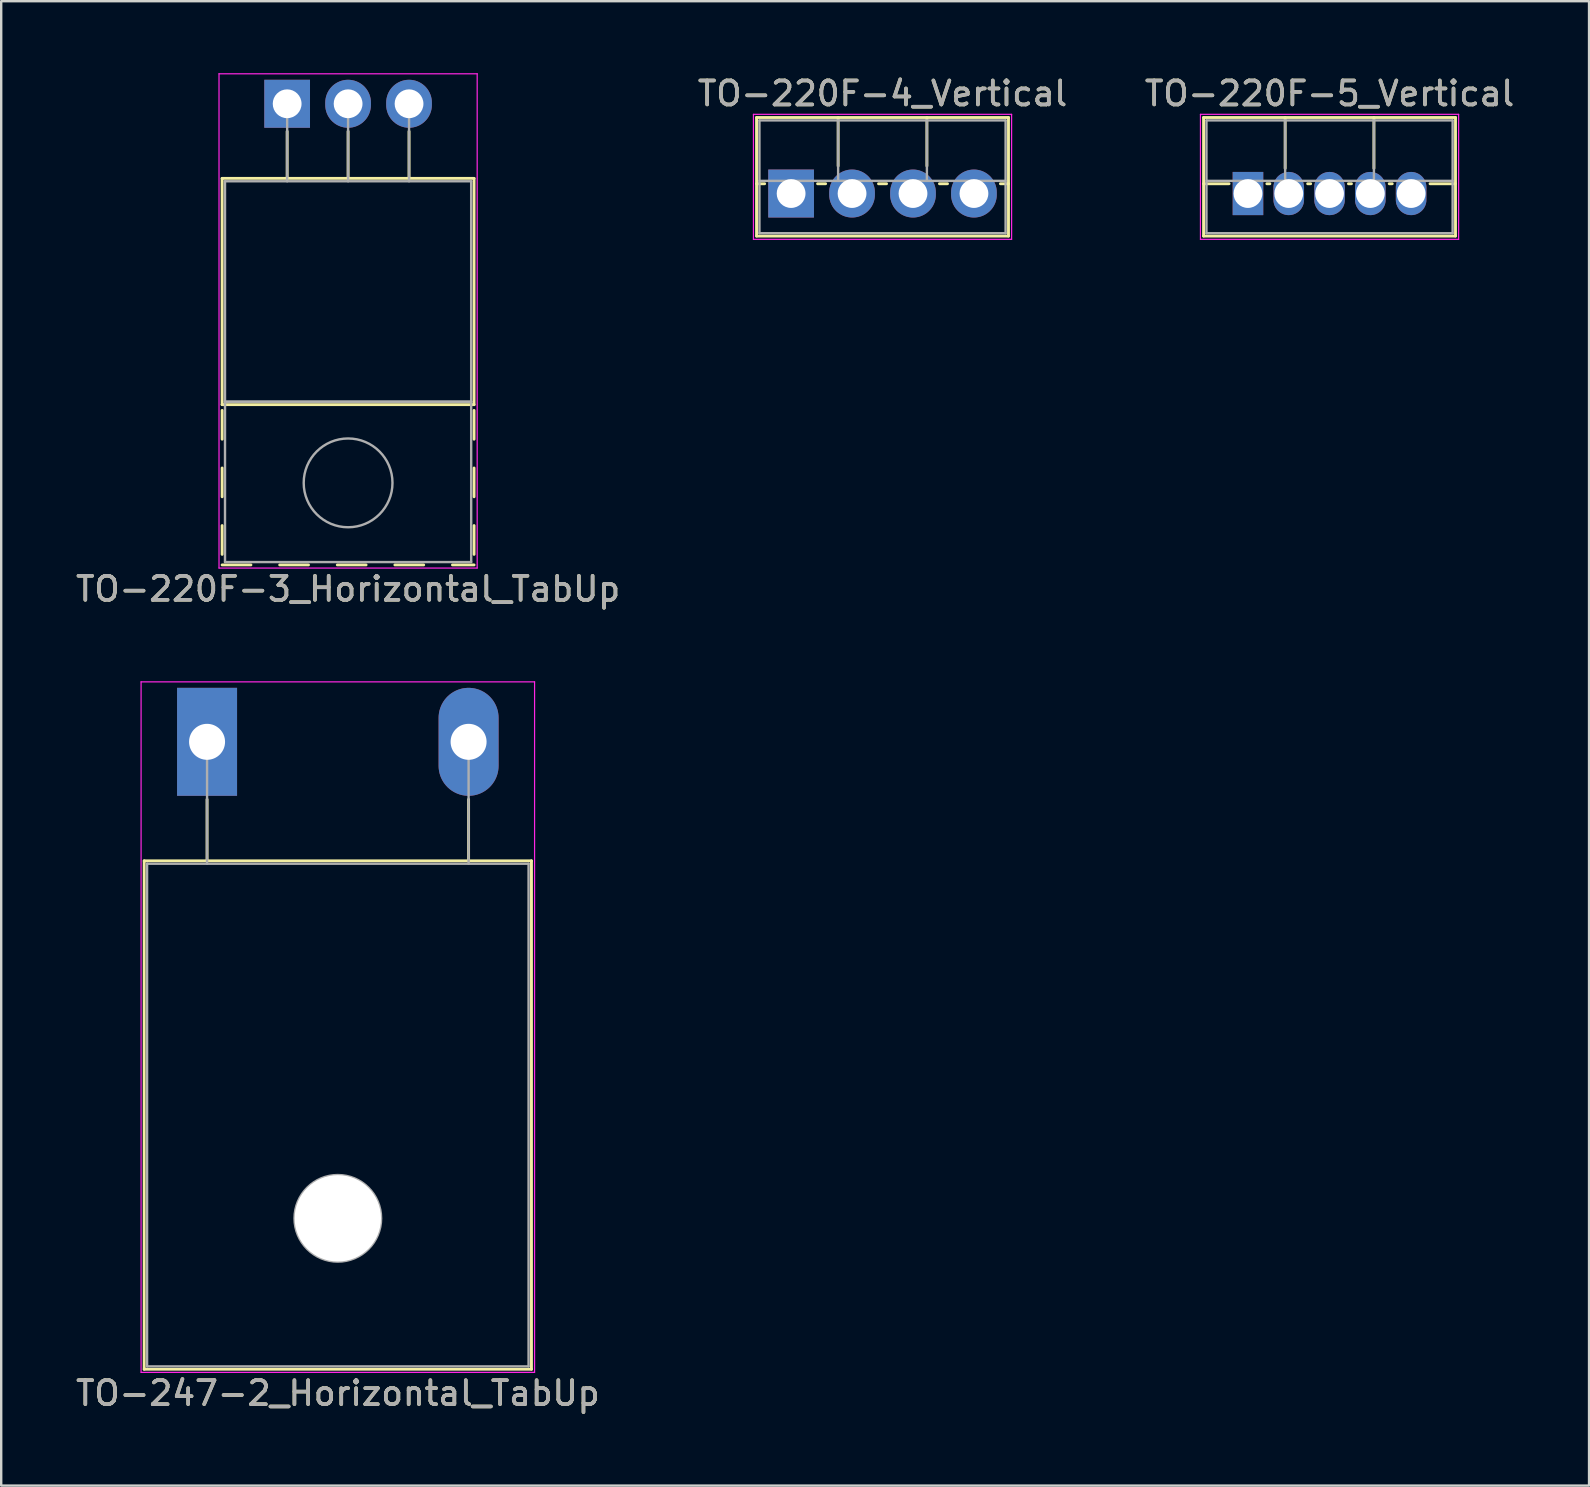
<source format=kicad_pcb>
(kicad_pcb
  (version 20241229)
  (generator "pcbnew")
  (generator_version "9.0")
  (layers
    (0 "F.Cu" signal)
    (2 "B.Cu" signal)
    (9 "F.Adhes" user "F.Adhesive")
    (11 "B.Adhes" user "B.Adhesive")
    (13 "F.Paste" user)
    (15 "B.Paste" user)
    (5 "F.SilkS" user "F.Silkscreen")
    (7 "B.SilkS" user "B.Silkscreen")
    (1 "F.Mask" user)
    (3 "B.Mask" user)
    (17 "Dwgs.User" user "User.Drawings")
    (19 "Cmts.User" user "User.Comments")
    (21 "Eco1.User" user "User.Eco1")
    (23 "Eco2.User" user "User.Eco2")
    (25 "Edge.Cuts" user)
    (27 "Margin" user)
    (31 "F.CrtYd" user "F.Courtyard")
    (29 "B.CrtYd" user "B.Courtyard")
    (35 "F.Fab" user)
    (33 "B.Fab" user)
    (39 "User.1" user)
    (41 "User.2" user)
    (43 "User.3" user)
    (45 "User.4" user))
  (footprint "TO-247-2_Horizontal_TabUp"
    (layer "F.Cu")
    (at 5.58 27.868)
    (property "Reference" "TO-247-2_Horizontal_TabUp" (at 5.45 27.15 0) (layer "F.SilkS") (effects (font (size 1 1) (thickness 0.15))))
    (attr through_hole)
    (fp_line (start -2.62 4.96) (end -2.62 26.15) (stroke (width 0.12) (type solid)) (layer "F.SilkS"))
    (fp_line (start -2.62 4.96) (end 13.52 4.96) (stroke (width 0.12) (type solid)) (layer "F.SilkS"))
    (fp_line (start -2.62 26.15) (end 13.52 26.15) (stroke (width 0.12) (type solid)) (layer "F.SilkS"))
    (fp_line (start 0 2.4) (end 0 4.96) (stroke (width 0.12) (type solid)) (layer "F.SilkS"))
    (fp_line (start 10.9 2.4) (end 10.9 4.96) (stroke (width 0.12) (type solid)) (layer "F.SilkS"))
    (fp_line (start 13.52 4.96) (end 13.52 26.15) (stroke (width 0.12) (type solid)) (layer "F.SilkS"))
    (fp_line (start -2.75 -2.5) (end -2.75 26.28) (stroke (width 0.05) (type solid)) (layer "F.CrtYd"))
    (fp_line (start -2.75 26.28) (end 13.65 26.28) (stroke (width 0.05) (type solid)) (layer "F.CrtYd"))
    (fp_line (start 13.65 -2.5) (end -2.75 -2.5) (stroke (width 0.05) (type solid)) (layer "F.CrtYd"))
    (fp_line (start 13.65 26.28) (end 13.65 -2.5) (stroke (width 0.05) (type solid)) (layer "F.CrtYd"))
    (fp_line (start -2.5 5.08) (end -2.5 26.03) (stroke (width 0.1) (type solid)) (layer "F.Fab"))
    (fp_line (start -2.5 26.03) (end 13.4 26.03) (stroke (width 0.1) (type solid)) (layer "F.Fab"))
    (fp_line (start 0 5.08) (end 0 0) (stroke (width 0.1) (type solid)) (layer "F.Fab"))
    (fp_line (start 10.9 5.08) (end 10.9 0) (stroke (width 0.1) (type solid)) (layer "F.Fab"))
    (fp_line (start 13.4 5.08) (end -2.5 5.08) (stroke (width 0.1) (type solid)) (layer "F.Fab"))
    (fp_line (start 13.4 26.03) (end 13.4 5.08) (stroke (width 0.1) (type solid)) (layer "F.Fab"))
    (fp_circle (center 5.45 19.86) (end 7.255 19.86) (stroke (width 0.1) (type solid)) (fill no) (layer "F.Fab"))
    (fp_text user "${REFERENCE}" (at 5.45 27.15 0) (layer "F.Fab") (effects (font (size 1 1) (thickness 0.15))))
    (pad "" np_thru_hole oval (at 5.45 19.86) (size 3.6 3.6) (drill 3.6) (layers "*.Cu" "*.Mask"))
    (pad "1" thru_hole rect (at 0 0) (size 2.5 4.5) (drill 1.5) (layers "*.Cu" "*.Mask"))
    (pad "2" thru_hole oval (at 10.9 0) (size 2.5 4.5) (drill 1.5) (layers "*.Cu" "*.Mask")))
  (footprint "TO-220F-5_Vertical"
    (layer "F.Cu")
    (at 48.963 5.016)
    (property "Reference" "TO-220F-5_Vertical" (at 3.4 -4.168 0) (layer "F.SilkS") (effects (font (size 1 1) (thickness 0.15))))
    (attr through_hole)
    (fp_line (start -1.85 -3.168) (end -1.85 1.773) (stroke (width 0.12) (type solid)) (layer "F.SilkS"))
    (fp_line (start -1.85 -3.168) (end 8.65 -3.168) (stroke (width 0.12) (type solid)) (layer "F.SilkS"))
    (fp_line (start -1.85 -0.408) (end -0.788 -0.408) (stroke (width 0.12) (type solid)) (layer "F.SilkS"))
    (fp_line (start -1.85 1.773) (end 8.65 1.773) (stroke (width 0.12) (type solid)) (layer "F.SilkS"))
    (fp_line (start 0.788 -0.408) (end 0.913 -0.408) (stroke (width 0.12) (type solid)) (layer "F.SilkS"))
    (fp_line (start 1.55 -3.168) (end 1.55 -1.05) (stroke (width 0.12) (type solid)) (layer "F.SilkS"))
    (fp_line (start 2.488 -0.408) (end 2.613 -0.408) (stroke (width 0.12) (type solid)) (layer "F.SilkS"))
    (fp_line (start 4.188 -0.408) (end 4.313 -0.408) (stroke (width 0.12) (type solid)) (layer "F.SilkS"))
    (fp_line (start 5.25 -3.168) (end 5.25 -1.05) (stroke (width 0.12) (type solid)) (layer "F.SilkS"))
    (fp_line (start 5.888 -0.408) (end 6.013 -0.408) (stroke (width 0.12) (type solid)) (layer "F.SilkS"))
    (fp_line (start 7.588 -0.408) (end 8.65 -0.408) (stroke (width 0.12) (type solid)) (layer "F.SilkS"))
    (fp_line (start 8.65 -3.168) (end 8.65 1.773) (stroke (width 0.12) (type solid)) (layer "F.SilkS"))
    (fp_line (start -1.98 -3.3) (end -1.98 1.91) (stroke (width 0.05) (type solid)) (layer "F.CrtYd"))
    (fp_line (start -1.98 1.91) (end 8.78 1.91) (stroke (width 0.05) (type solid)) (layer "F.CrtYd"))
    (fp_line (start 8.78 -3.3) (end -1.98 -3.3) (stroke (width 0.05) (type solid)) (layer "F.CrtYd"))
    (fp_line (start 8.78 1.91) (end 8.78 -3.3) (stroke (width 0.05) (type solid)) (layer "F.CrtYd"))
    (fp_line (start -1.73 -3.047) (end -1.73 1.653) (stroke (width 0.1) (type solid)) (layer "F.Fab"))
    (fp_line (start -1.73 -0.527) (end 8.53 -0.527) (stroke (width 0.1) (type solid)) (layer "F.Fab"))
    (fp_line (start -1.73 1.653) (end 8.53 1.653) (stroke (width 0.1) (type solid)) (layer "F.Fab"))
    (fp_line (start 1.55 -3.047) (end 1.55 -0.527) (stroke (width 0.1) (type solid)) (layer "F.Fab"))
    (fp_line (start 5.25 -3.047) (end 5.25 -0.527) (stroke (width 0.1) (type solid)) (layer "F.Fab"))
    (fp_line (start 8.53 -3.047) (end -1.73 -3.047) (stroke (width 0.1) (type solid)) (layer "F.Fab"))
    (fp_line (start 8.53 1.653) (end 8.53 -3.047) (stroke (width 0.1) (type solid)) (layer "F.Fab"))
    (fp_text user "${REFERENCE}" (at 3.4 -4.168 0) (layer "F.Fab") (effects (font (size 1 1) (thickness 0.15))))
    (pad "1" thru_hole rect (at 0 0) (size 1.275 1.8) (drill 1.2) (layers "*.Cu" "*.Mask"))
    (pad "2" thru_hole oval (at 1.7 0) (size 1.275 1.8) (drill 1.2) (layers "*.Cu" "*.Mask"))
    (pad "3" thru_hole oval (at 3.4 0) (size 1.275 1.8) (drill 1.2) (layers "*.Cu" "*.Mask"))
    (pad "4" thru_hole oval (at 5.1 0) (size 1.275 1.8) (drill 1.2) (layers "*.Cu" "*.Mask"))
    (pad "5" thru_hole oval (at 6.8 0) (size 1.275 1.8) (drill 1.2) (layers "*.Cu" "*.Mask")))
  (footprint "TO-220F-3_Horizontal_TabUp"
    (layer "F.Cu")
    (at 8.918 1.275)
    (property "Reference" "TO-220F-3_Horizontal_TabUp" (at 2.54 20.22 0) (layer "F.SilkS") (effects (font (size 1 1) (thickness 0.15))))
    (attr through_hole)
    (fp_line (start -2.71 3.11) (end -2.71 12.54) (stroke (width 0.12) (type solid)) (layer "F.SilkS"))
    (fp_line (start -2.71 3.11) (end 7.79 3.11) (stroke (width 0.12) (type solid)) (layer "F.SilkS"))
    (fp_line (start -2.71 12.54) (end 7.79 12.54) (stroke (width 0.12) (type solid)) (layer "F.SilkS"))
    (fp_line (start -2.71 12.78) (end -2.71 13.98) (stroke (width 0.12) (type solid)) (layer "F.SilkS"))
    (fp_line (start -2.71 15.18) (end -2.71 16.38) (stroke (width 0.12) (type solid)) (layer "F.SilkS"))
    (fp_line (start -2.71 17.58) (end -2.71 18.78) (stroke (width 0.12) (type solid)) (layer "F.SilkS"))
    (fp_line (start -2.71 19.22) (end -1.51 19.22) (stroke (width 0.12) (type solid)) (layer "F.SilkS"))
    (fp_line (start -0.311 19.22) (end 0.89 19.22) (stroke (width 0.12) (type solid)) (layer "F.SilkS"))
    (fp_line (start 0 1.15) (end 0 3.11) (stroke (width 0.12) (type solid)) (layer "F.SilkS"))
    (fp_line (start 2.09 19.22) (end 3.29 19.22) (stroke (width 0.12) (type solid)) (layer "F.SilkS"))
    (fp_line (start 2.54 1.15) (end 2.54 3.11) (stroke (width 0.12) (type solid)) (layer "F.SilkS"))
    (fp_line (start 4.49 19.22) (end 5.69 19.22) (stroke (width 0.12) (type solid)) (layer "F.SilkS"))
    (fp_line (start 5.08 1.15) (end 5.08 3.11) (stroke (width 0.12) (type solid)) (layer "F.SilkS"))
    (fp_line (start 6.89 19.22) (end 7.79 19.22) (stroke (width 0.12) (type solid)) (layer "F.SilkS"))
    (fp_line (start 7.79 3.11) (end 7.79 12.54) (stroke (width 0.12) (type solid)) (layer "F.SilkS"))
    (fp_line (start 7.79 12.78) (end 7.79 13.98) (stroke (width 0.12) (type solid)) (layer "F.SilkS"))
    (fp_line (start 7.79 15.18) (end 7.79 16.38) (stroke (width 0.12) (type solid)) (layer "F.SilkS"))
    (fp_line (start 7.79 17.58) (end 7.79 18.78) (stroke (width 0.12) (type solid)) (layer "F.SilkS"))
    (fp_line (start -2.84 -1.25) (end -2.84 19.35) (stroke (width 0.05) (type solid)) (layer "F.CrtYd"))
    (fp_line (start -2.84 19.35) (end 7.92 19.35) (stroke (width 0.05) (type solid)) (layer "F.CrtYd"))
    (fp_line (start 7.92 -1.25) (end -2.84 -1.25) (stroke (width 0.05) (type solid)) (layer "F.CrtYd"))
    (fp_line (start 7.92 19.35) (end 7.92 -1.25) (stroke (width 0.05) (type solid)) (layer "F.CrtYd"))
    (fp_line (start -2.59 3.23) (end -2.59 12.42) (stroke (width 0.1) (type solid)) (layer "F.Fab"))
    (fp_line (start -2.59 12.42) (end -2.59 19.1) (stroke (width 0.1) (type solid)) (layer "F.Fab"))
    (fp_line (start -2.59 12.42) (end 7.67 12.42) (stroke (width 0.1) (type solid)) (layer "F.Fab"))
    (fp_line (start -2.59 19.1) (end 7.67 19.1) (stroke (width 0.1) (type solid)) (layer "F.Fab"))
    (fp_line (start 0 3.23) (end 0 0) (stroke (width 0.1) (type solid)) (layer "F.Fab"))
    (fp_line (start 2.54 3.23) (end 2.54 0) (stroke (width 0.1) (type solid)) (layer "F.Fab"))
    (fp_line (start 5.08 3.23) (end 5.08 0) (stroke (width 0.1) (type solid)) (layer "F.Fab"))
    (fp_line (start 7.67 3.23) (end -2.59 3.23) (stroke (width 0.1) (type solid)) (layer "F.Fab"))
    (fp_line (start 7.67 12.42) (end -2.59 12.42) (stroke (width 0.1) (type solid)) (layer "F.Fab"))
    (fp_line (start 7.67 12.42) (end 7.67 3.23) (stroke (width 0.1) (type solid)) (layer "F.Fab"))
    (fp_line (start 7.67 19.1) (end 7.67 12.42) (stroke (width 0.1) (type solid)) (layer "F.Fab"))
    (fp_circle (center 2.54 15.8) (end 4.39 15.8) (stroke (width 0.1) (type solid)) (fill no) (layer "F.Fab"))
    (fp_text user "${REFERENCE}" (at 2.54 20.22 0) (layer "F.Fab") (effects (font (size 1 1) (thickness 0.15))))
    (pad "1" thru_hole rect (at 0 0) (size 1.905 2) (drill 1.2) (layers "*.Cu" "*.Mask"))
    (pad "2" thru_hole oval (at 2.54 0) (size 1.905 2) (drill 1.2) (layers "*.Cu" "*.Mask"))
    (pad "3" thru_hole oval (at 5.08 0) (size 1.905 2) (drill 1.2) (layers "*.Cu" "*.Mask")))
  (footprint "TO-220F-4_Vertical"
    (layer "F.Cu")
    (at 29.922 5.016)
    (property "Reference" "TO-220F-4_Vertical" (at 3.81 -4.168 0) (layer "F.SilkS") (effects (font (size 1 1) (thickness 0.15))))
    (attr through_hole)
    (fp_line (start -1.44 -3.168) (end -1.44 1.773) (stroke (width 0.12) (type solid)) (layer "F.SilkS"))
    (fp_line (start -1.44 -3.168) (end 9.06 -3.168) (stroke (width 0.12) (type solid)) (layer "F.SilkS"))
    (fp_line (start -1.44 -0.408) (end -1.103 -0.408) (stroke (width 0.12) (type solid)) (layer "F.SilkS"))
    (fp_line (start -1.44 1.773) (end 9.06 1.773) (stroke (width 0.12) (type solid)) (layer "F.SilkS"))
    (fp_line (start 1.103 -0.408) (end 1.438 -0.408) (stroke (width 0.12) (type solid)) (layer "F.SilkS"))
    (fp_line (start 1.96 -3.168) (end 1.96 -1.15) (stroke (width 0.12) (type solid)) (layer "F.SilkS"))
    (fp_line (start 3.643 -0.408) (end 3.978 -0.408) (stroke (width 0.12) (type solid)) (layer "F.SilkS"))
    (fp_line (start 5.66 -3.168) (end 5.66 -1.15) (stroke (width 0.12) (type solid)) (layer "F.SilkS"))
    (fp_line (start 6.183 -0.408) (end 6.518 -0.408) (stroke (width 0.12) (type solid)) (layer "F.SilkS"))
    (fp_line (start 8.723 -0.408) (end 9.06 -0.408) (stroke (width 0.12) (type solid)) (layer "F.SilkS"))
    (fp_line (start 9.06 -3.168) (end 9.06 1.773) (stroke (width 0.12) (type solid)) (layer "F.SilkS"))
    (fp_line (start -1.57 -3.3) (end -1.57 1.91) (stroke (width 0.05) (type solid)) (layer "F.CrtYd"))
    (fp_line (start -1.57 1.91) (end 9.19 1.91) (stroke (width 0.05) (type solid)) (layer "F.CrtYd"))
    (fp_line (start 9.19 -3.3) (end -1.57 -3.3) (stroke (width 0.05) (type solid)) (layer "F.CrtYd"))
    (fp_line (start 9.19 1.91) (end 9.19 -3.3) (stroke (width 0.05) (type solid)) (layer "F.CrtYd"))
    (fp_line (start -1.32 -3.047) (end -1.32 1.653) (stroke (width 0.1) (type solid)) (layer "F.Fab"))
    (fp_line (start -1.32 -0.527) (end 8.94 -0.527) (stroke (width 0.1) (type solid)) (layer "F.Fab"))
    (fp_line (start -1.32 1.653) (end 8.94 1.653) (stroke (width 0.1) (type solid)) (layer "F.Fab"))
    (fp_line (start 1.96 -3.047) (end 1.96 -0.527) (stroke (width 0.1) (type solid)) (layer "F.Fab"))
    (fp_line (start 5.66 -3.047) (end 5.66 -0.527) (stroke (width 0.1) (type solid)) (layer "F.Fab"))
    (fp_line (start 8.94 -3.047) (end -1.32 -3.047) (stroke (width 0.1) (type solid)) (layer "F.Fab"))
    (fp_line (start 8.94 1.653) (end 8.94 -3.047) (stroke (width 0.1) (type solid)) (layer "F.Fab"))
    (fp_text user "${REFERENCE}" (at 3.81 -4.168 0) (layer "F.Fab") (effects (font (size 1 1) (thickness 0.15))))
    (pad "1" thru_hole rect (at 0 0) (size 1.905 2) (drill 1.2) (layers "*.Cu" "*.Mask"))
    (pad "2" thru_hole oval (at 2.54 0) (size 1.905 2) (drill 1.2) (layers "*.Cu" "*.Mask"))
    (pad "3" thru_hole oval (at 5.08 0) (size 1.905 2) (drill 1.2) (layers "*.Cu" "*.Mask"))
    (pad "4" thru_hole oval (at 7.62 0) (size 1.905 2) (drill 1.2) (layers "*.Cu" "*.Mask")))
  (gr_rect
    (start -3 -3)
    (end 63.179 58.867)
    (stroke (width 0.1) (type default))
    (fill no)
    (layer "Edge.Cuts")))
</source>
